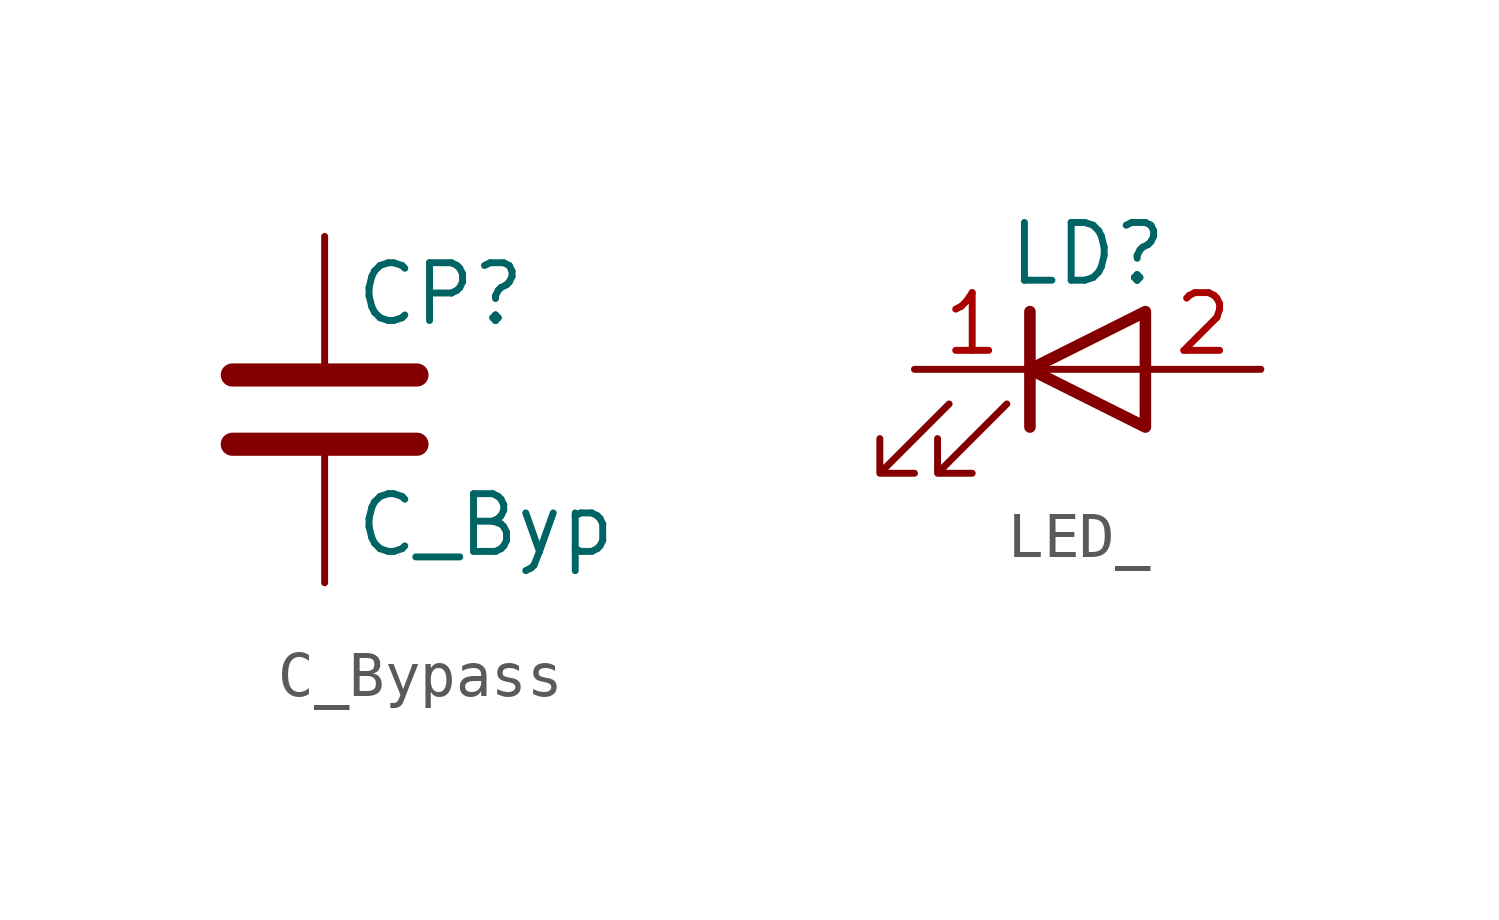
<source format=kicad_sym>
(kicad_symbol_lib
  (version 20231120)
  (generator "kicad_symbol_editor")
  (generator_version "8.0")
  (symbol "C_Bypass"
    (pin_numbers hide)
    (pin_names
      (offset 0.254))
    (property "Reference" "CP"
      (at 0.635 2.54 0)
      (effects (font (size 1.27 1.27)) (justify left)))
    (property "Value" "C_Byp"
      (at 0.635 -2.54 0)
      (effects (font (size 1.27 1.27)) (justify left)))
    (symbol "C_Bypass_0_1"
      (polyline (pts (xy -2.032 -0.762) (xy 2.032 -0.762)) (stroke (width 0.508) (type default)) (fill (type none)))
      (polyline (pts (xy -2.032 0.762) (xy 2.032 0.762)) (stroke (width 0.508) (type default)) (fill (type none))))
    (symbol "C_Bypass_1_1"
      (pin passive line (at 0 3.81 270) (length 2.794) (name "~" (effects (font (size 1.27 1.27)))) (number "1" (effects (font (size 1.27 1.27)))))
      (pin passive line (at 0 -3.81 90) (length 2.794) (name "~" (effects (font (size 1.27 1.27)))) (number "2" (effects (font (size 1.27 1.27)))))))
  (symbol "LED_"
    (property "Reference" "LD"
      (at 0 2.54 0)
      (effects (font (size 1.27 1.27))))
    (property "Value" ""
      (at 0 0 0)
      (effects (font (size 1.27 1.27))))
    (symbol "LED__0_1"
      (polyline (pts (xy -1.27 -1.27) (xy -1.27 1.27)) (stroke (width 0.254) (type default)) (fill (type none)))
      (polyline (pts (xy -1.27 0) (xy 1.27 0)) (stroke (width 0) (type default)) (fill (type none)))
      (polyline (pts (xy 1.27 -1.27) (xy 1.27 1.27) (xy -1.27 0) (xy 1.27 -1.27)) (stroke (width 0.254) (type default)) (fill (type none)))
      (polyline (pts (xy -3.048 -0.762) (xy -4.572 -2.286) (xy -3.81 -2.286) (xy -4.572 -2.286) (xy -4.572 -1.524)) (stroke (width 0) (type default)) (fill (type none)))
      (polyline (pts (xy -1.778 -0.762) (xy -3.302 -2.286) (xy -2.54 -2.286) (xy -3.302 -2.286) (xy -3.302 -1.524)) (stroke (width 0) (type default)) (fill (type none))))
    (symbol "LED__1_1"
      (pin passive line (at -3.81 0 0) (length 2.54) (name "K" (effects (font (size 0 0)))) (number "1" (effects (font (size 1.27 1.27)))))
      (pin passive line (at 3.81 0 180) (length 2.54) (name "" (effects (font (size 1.27 1.27)))) (number "2" (effects (font (size 1.27 1.27))))))))
</source>
